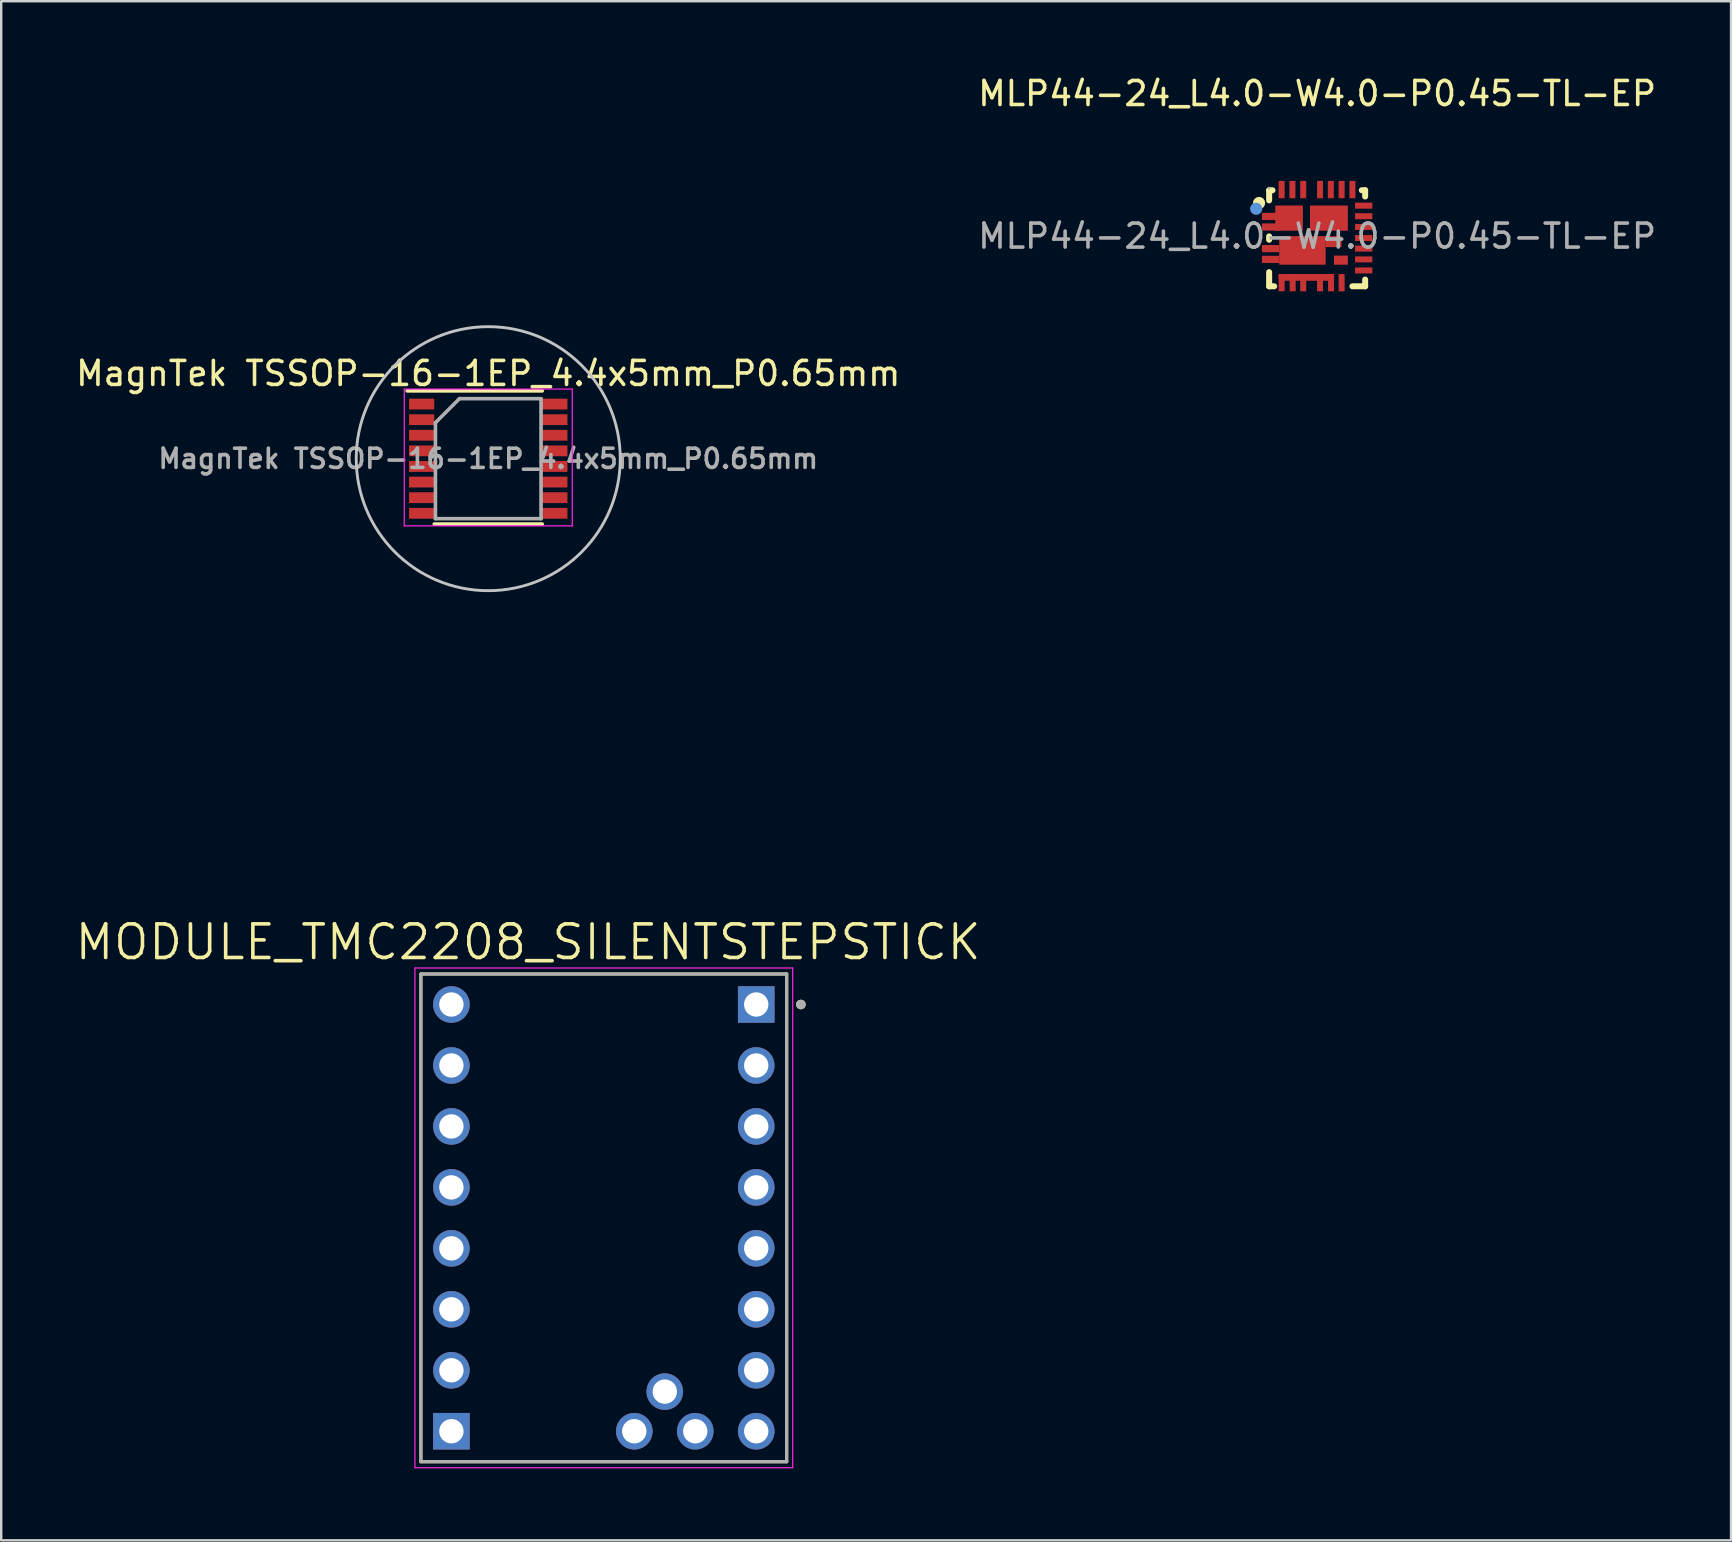
<source format=kicad_pcb>
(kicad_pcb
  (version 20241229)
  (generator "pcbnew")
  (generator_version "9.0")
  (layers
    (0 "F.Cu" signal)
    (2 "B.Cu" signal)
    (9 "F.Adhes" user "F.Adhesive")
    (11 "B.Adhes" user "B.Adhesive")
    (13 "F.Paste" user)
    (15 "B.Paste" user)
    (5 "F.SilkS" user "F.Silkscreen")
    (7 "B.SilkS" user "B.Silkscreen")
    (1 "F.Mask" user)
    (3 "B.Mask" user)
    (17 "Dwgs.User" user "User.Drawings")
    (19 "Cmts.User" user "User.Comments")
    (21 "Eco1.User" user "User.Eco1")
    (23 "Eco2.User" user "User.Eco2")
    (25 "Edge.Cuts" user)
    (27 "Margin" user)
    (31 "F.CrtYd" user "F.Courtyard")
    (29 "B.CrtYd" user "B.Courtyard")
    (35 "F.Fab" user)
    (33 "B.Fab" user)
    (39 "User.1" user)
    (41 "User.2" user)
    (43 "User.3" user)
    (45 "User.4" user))
  (footprint "MODULE_TMC2208_SILENTSTEPSTICK"
    (layer "F.Cu")
    (at 22.107 47.691)
    (property "Reference" "MODULE_TMC2208_SILENTSTEPSTICK" (at -3.155 -11.489 0) (layer "F.SilkS") (effects (font (size 1.4 1.4) (thickness 0.15))))
    (attr through_hole)
    (fp_line (start -7.62 -10.16) (end -7.62 10.16) (stroke (width 0.127) (type solid)) (layer "F.SilkS"))
    (fp_line (start -7.62 10.16) (end 7.62 10.16) (stroke (width 0.127) (type solid)) (layer "F.SilkS"))
    (fp_line (start 7.62 -10.16) (end -7.62 -10.16) (stroke (width 0.127) (type solid)) (layer "F.SilkS"))
    (fp_line (start 7.62 10.16) (end 7.62 -10.16) (stroke (width 0.127) (type solid)) (layer "F.SilkS"))
    (fp_circle (center 8.21 -8.89) (end 8.31 -8.89) (stroke (width 0.2) (type solid)) (fill no) (layer "F.SilkS"))
    (fp_line (start -7.87 -10.41) (end -7.87 10.41) (stroke (width 0.05) (type solid)) (layer "F.CrtYd"))
    (fp_line (start -7.87 -10.41) (end 7.87 -10.41) (stroke (width 0.05) (type solid)) (layer "F.CrtYd"))
    (fp_line (start -7.87 10.41) (end 7.87 10.41) (stroke (width 0.05) (type solid)) (layer "F.CrtYd"))
    (fp_line (start 7.87 -10.41) (end 7.87 10.41) (stroke (width 0.05) (type solid)) (layer "F.CrtYd"))
    (fp_line (start -7.62 -10.16) (end -7.62 10.16) (stroke (width 0.127) (type solid)) (layer "F.Fab"))
    (fp_line (start -7.62 10.16) (end 7.62 10.16) (stroke (width 0.127) (type solid)) (layer "F.Fab"))
    (fp_line (start 7.62 -10.16) (end -7.62 -10.16) (stroke (width 0.127) (type solid)) (layer "F.Fab"))
    (fp_line (start 7.62 10.16) (end 7.62 -10.16) (stroke (width 0.127) (type solid)) (layer "F.Fab"))
    (fp_circle (center 8.21 -8.89) (end 8.31 -8.89) (stroke (width 0.2) (type solid)) (fill no) (layer "F.Fab"))
    (pad "JP1_1" thru_hole rect (at 6.35 -8.89) (size 1.524 1.524) (drill 1.016) (layers "*.Cu" "*.Mask"))
    (pad "JP1_2" thru_hole circle (at 6.35 -6.35) (size 1.524 1.524) (drill 1.016) (layers "*.Cu" "*.Mask"))
    (pad "JP1_3" thru_hole circle (at 6.35 -3.81) (size 1.524 1.524) (drill 1.016) (layers "*.Cu" "*.Mask"))
    (pad "JP1_4" thru_hole circle (at 6.35 -1.27) (size 1.524 1.524) (drill 1.016) (layers "*.Cu" "*.Mask"))
    (pad "JP1_5" thru_hole circle (at 6.35 1.27) (size 1.524 1.524) (drill 1.016) (layers "*.Cu" "*.Mask"))
    (pad "JP1_6" thru_hole circle (at 6.35 3.81) (size 1.524 1.524) (drill 1.016) (layers "*.Cu" "*.Mask"))
    (pad "JP1_7" thru_hole circle (at 6.35 6.35) (size 1.524 1.524) (drill 1.016) (layers "*.Cu" "*.Mask"))
    (pad "JP1_8" thru_hole circle (at 6.35 8.89) (size 1.524 1.524) (drill 1.016) (layers "*.Cu" "*.Mask"))
    (pad "JP2_1" thru_hole rect (at -6.35 8.89) (size 1.524 1.524) (drill 1.016) (layers "*.Cu" "*.Mask"))
    (pad "JP2_2" thru_hole circle (at -6.35 6.35) (size 1.524 1.524) (drill 1.016) (layers "*.Cu" "*.Mask"))
    (pad "JP2_3" thru_hole circle (at -6.35 3.81) (size 1.524 1.524) (drill 1.016) (layers "*.Cu" "*.Mask"))
    (pad "JP2_4" thru_hole circle (at -6.35 1.27) (size 1.524 1.524) (drill 1.016) (layers "*.Cu" "*.Mask"))
    (pad "JP2_5" thru_hole circle (at -6.35 -1.27) (size 1.524 1.524) (drill 1.016) (layers "*.Cu" "*.Mask"))
    (pad "JP2_6" thru_hole circle (at -6.35 -3.81) (size 1.524 1.524) (drill 1.016) (layers "*.Cu" "*.Mask"))
    (pad "JP2_7" thru_hole circle (at -6.35 -6.35) (size 1.524 1.524) (drill 1.016) (layers "*.Cu" "*.Mask"))
    (pad "JP2_8" thru_hole circle (at -6.35 -8.89) (size 1.524 1.524) (drill 1.016) (layers "*.Cu" "*.Mask"))
    (pad "JP3_1" thru_hole circle (at 1.27 8.89) (size 1.524 1.524) (drill 1.016) (layers "*.Cu" "*.Mask"))
    (pad "JP3_2" thru_hole circle (at 3.81 8.89) (size 1.524 1.524) (drill 1.016) (layers "*.Cu" "*.Mask"))
    (pad "VREF" thru_hole circle (at 2.54 7.239) (size 1.524 1.524) (drill 1.016) (layers "*.Cu" "*.Mask")))
  (footprint "MagnTek TSSOP-16-1EP_4.4x5mm_P0.65mm"
    (layer "F.Cu")
    (at 17.292 16.06)
    (property "Reference" "MagnTek TSSOP-16-1EP_4.4x5mm_P0.65mm" (at 0 -3.55 0) (layer "F.SilkS") (effects (font (size 1 1) (thickness 0.15))))
    (attr smd)
    (fp_line (start -3.375 -2.825) (end 2.25 -2.825) (stroke (width 0.15) (type solid)) (layer "F.SilkS"))
    (fp_line (start -2.25 2.725) (end 2.25 2.725) (stroke (width 0.15) (type solid)) (layer "F.SilkS"))
    (fp_circle (center 0 0) (end 5.5 0) (stroke (width 0.12) (type solid)) (fill no) (layer "Dwgs.User"))
    (fp_line (start -3.5 -2.9) (end -3.5 2.8) (stroke (width 0.05) (type solid)) (layer "F.CrtYd"))
    (fp_line (start -3.5 -2.9) (end 3.5 -2.9) (stroke (width 0.05) (type solid)) (layer "F.CrtYd"))
    (fp_line (start -3.5 2.8) (end 3.5 2.8) (stroke (width 0.05) (type solid)) (layer "F.CrtYd"))
    (fp_line (start 3.5 -2.9) (end 3.5 2.8) (stroke (width 0.05) (type solid)) (layer "F.CrtYd"))
    (fp_line (start -2.2 -1.5) (end -1.2 -2.5) (stroke (width 0.15) (type solid)) (layer "F.Fab"))
    (fp_line (start -2.2 2.5) (end -2.2 -1.5) (stroke (width 0.15) (type solid)) (layer "F.Fab"))
    (fp_line (start -1.2 -2.5) (end 2.2 -2.5) (stroke (width 0.15) (type solid)) (layer "F.Fab"))
    (fp_line (start 2.2 -2.5) (end 2.2 2.5) (stroke (width 0.15) (type solid)) (layer "F.Fab"))
    (fp_line (start 2.2 2.5) (end -2.2 2.5) (stroke (width 0.15) (type solid)) (layer "F.Fab"))
    (fp_circle (center 0 0) (end 16 0) (stroke (width 0.12) (type solid)) (fill no) (layer "User.1"))
    (fp_text user "${REFERENCE}" (at 0 0 0) (layer "F.Fab") (effects (font (size 0.8 0.8) (thickness 0.15))))
    (pad "1" smd rect (at -2.775 -2.275) (size 1.05 0.45) (layers "F.Cu" "F.Mask" "F.Paste"))
    (pad "2" smd rect (at -2.775 -1.625) (size 1.05 0.45) (layers "F.Cu" "F.Mask" "F.Paste"))
    (pad "3" smd rect (at -2.775 -0.975) (size 1.05 0.45) (layers "F.Cu" "F.Mask" "F.Paste"))
    (pad "4" smd rect (at -2.775 -0.325) (size 1.05 0.45) (layers "F.Cu" "F.Mask" "F.Paste"))
    (pad "5" smd rect (at -2.775 0.325) (size 1.05 0.45) (layers "F.Cu" "F.Mask" "F.Paste"))
    (pad "6" smd rect (at -2.775 0.975) (size 1.05 0.45) (layers "F.Cu" "F.Mask" "F.Paste"))
    (pad "7" smd rect (at -2.775 1.625) (size 1.05 0.45) (layers "F.Cu" "F.Mask" "F.Paste"))
    (pad "8" smd rect (at -2.775 2.275) (size 1.05 0.45) (layers "F.Cu" "F.Mask" "F.Paste"))
    (pad "9" smd rect (at 2.775 2.275) (size 1.05 0.45) (layers "F.Cu" "F.Mask" "F.Paste"))
    (pad "10" smd rect (at 2.775 1.625) (size 1.05 0.45) (layers "F.Cu" "F.Mask" "F.Paste"))
    (pad "11" smd rect (at 2.775 0.975) (size 1.05 0.45) (layers "F.Cu" "F.Mask" "F.Paste"))
    (pad "12" smd rect (at 2.775 0.325) (size 1.05 0.45) (layers "F.Cu" "F.Mask" "F.Paste"))
    (pad "13" smd rect (at 2.775 -0.325) (size 1.05 0.45) (layers "F.Cu" "F.Mask" "F.Paste"))
    (pad "14" smd rect (at 2.775 -0.975) (size 1.05 0.45) (layers "F.Cu" "F.Mask" "F.Paste"))
    (pad "15" smd rect (at 2.775 -1.625) (size 1.05 0.45) (layers "F.Cu" "F.Mask" "F.Paste"))
    (pad "16" smd rect (at 2.775 -2.275) (size 1.05 0.45) (layers "F.Cu" "F.Mask" "F.Paste")))
  (footprint "MLP44-24_L4.0-W4.0-P0.45-TL-EP"
    (layer "F.Cu")
    (at 51.827 6.788)
    (property "Reference" "MLP44-24_L4.0-W4.0-P0.45-TL-EP" (at 0 -5.94 0) (layer "F.SilkS") (effects (font (size 1 1) (thickness 0.15))))
    (attr smd)
    (fp_poly (pts (xy 0.356 0) (xy 1.016 0) (xy 1.016 0.457) (xy 0.356 0.457)) (stroke (width 0) (type solid)) (fill yes) (layer "F.Cu"))
    (fp_poly (pts (xy -1.605 1.58) (xy 0.705 1.58) (xy 0.705 1.745) (xy 0.59 1.86) (xy -1.49 1.86) (xy -1.605 1.745)) (stroke (width 0) (type solid)) (fill yes) (layer "F.Cu"))
    (fp_line (start -2 -1.91) (end -1.86 -1.91) (stroke (width 0.25) (type solid)) (layer "F.SilkS"))
    (fp_line (start -2 -1.49) (end -2 -1.91) (stroke (width 0.25) (type solid)) (layer "F.SilkS"))
    (fp_line (start -2 0.15) (end -2 0.01) (stroke (width 0.25) (type solid)) (layer "F.SilkS"))
    (fp_line (start -2 2.09) (end -2 1.5) (stroke (width 0.25) (type solid)) (layer "F.SilkS"))
    (fp_line (start -1.79 2.09) (end -2 2.09) (stroke (width 0.25) (type solid)) (layer "F.SilkS"))
    (fp_line (start 1.86 -1.91) (end 2 -1.91) (stroke (width 0.25) (type solid)) (layer "F.SilkS"))
    (fp_line (start 2 -1.91) (end 2 -1.65) (stroke (width 0.25) (type solid)) (layer "F.SilkS"))
    (fp_line (start 2 1.81) (end 2 2.09) (stroke (width 0.25) (type solid)) (layer "F.SilkS"))
    (fp_line (start 2 2.09) (end 1.47 2.09) (stroke (width 0.25) (type solid)) (layer "F.SilkS"))
    (fp_circle (center -2.42 -1.38) (end -2.29 -1.38) (stroke (width 0.25) (type solid)) (fill no) (layer "F.SilkS"))
    (fp_circle (center -2.54 -1.14) (end -2.41 -1.14) (stroke (width 0.25) (type solid)) (fill no) (layer "Cmts.User"))
    (fp_circle (center -2 -2) (end -1.97 -2) (stroke (width 0.06) (type solid)) (fill no) (layer "F.Fab"))
    (fp_text user "${REFERENCE}" (at 0 0 0) (layer "F.Fab") (effects (font (size 1 1) (thickness 0.15))))
    (pad "1" smd rect (at -1.94 -0.82 90) (size 0.3 0.72) (layers "F.Cu" "F.Mask" "F.Paste"))
    (pad "2" smd rect (at -1.94 -0.38 90) (size 0.3 0.72) (layers "F.Cu" "F.Mask" "F.Paste"))
    (pad "3" smd rect (at -1.94 0.52 90) (size 0.3 0.72) (layers "F.Cu" "F.Mask" "F.Paste"))
    (pad "4" smd rect (at -1.94 0.97 90) (size 0.3 0.72) (layers "F.Cu" "F.Mask" "F.Paste"))
    (pad "5" smd rect (at -1.48 1.94 180) (size 0.25 0.72) (layers "F.Cu" "F.Mask" "F.Paste"))
    (pad "6" smd rect (at -1.02 1.94 180) (size 0.25 0.72) (layers "F.Cu" "F.Mask" "F.Paste"))
    (pad "7" smd rect (at -0.58 1.94 180) (size 0.25 0.72) (layers "F.Cu" "F.Mask" "F.Paste"))
    (pad "8" smd rect (at 0.12 1.94 180) (size 0.25 0.72) (layers "F.Cu" "F.Mask" "F.Paste"))
    (pad "9" smd rect (at 0.58 1.94 180) (size 0.25 0.72) (layers "F.Cu" "F.Mask" "F.Paste"))
    (pad "10" smd rect (at 1.02 1.94 180) (size 0.25 0.72) (layers "F.Cu" "F.Mask" "F.Paste"))
    (pad "11" smd rect (at 1.94 1.43 90) (size 0.25 0.72) (layers "F.Cu" "F.Mask" "F.Paste"))
    (pad "12" smd rect (at 1.94 0.97 90) (size 0.25 0.72) (layers "F.Cu" "F.Mask" "F.Paste"))
    (pad "13" smd rect (at 1.94 0.52 90) (size 0.25 0.72) (layers "F.Cu" "F.Mask" "F.Paste"))
    (pad "14" smd rect (at 1.94 0.08 90) (size 0.25 0.72) (layers "F.Cu" "F.Mask" "F.Paste"))
    (pad "15" smd rect (at 1.94 -0.38 90) (size 0.25 0.72) (layers "F.Cu" "F.Mask" "F.Paste"))
    (pad "16" smd rect (at 1.94 -0.83 90) (size 0.25 0.72) (layers "F.Cu" "F.Mask" "F.Paste"))
    (pad "17" smd rect (at 1.94 -1.27 90) (size 0.25 0.72) (layers "F.Cu" "F.Mask" "F.Paste"))
    (pad "18" smd rect (at 1.47 -1.94 180) (size 0.25 0.72) (layers "F.Cu" "F.Mask" "F.Paste"))
    (pad "19" smd rect (at 1.02 -1.94 180) (size 0.25 0.72) (layers "F.Cu" "F.Mask" "F.Paste"))
    (pad "20" smd rect (at 0.57 -1.94 180) (size 0.25 0.72) (layers "F.Cu" "F.Mask" "F.Paste"))
    (pad "21" smd rect (at 0.12 -1.94 180) (size 0.25 0.72) (layers "F.Cu" "F.Mask" "F.Paste"))
    (pad "22" smd rect (at -0.58 -1.94 180) (size 0.25 0.72) (layers "F.Cu" "F.Mask" "F.Paste"))
    (pad "23" smd rect (at -1.03 -1.94 180) (size 0.25 0.72) (layers "F.Cu" "F.Mask" "F.Paste"))
    (pad "24" smd rect (at -1.48 -1.94 180) (size 0.25 0.72) (layers "F.Cu" "F.Mask" "F.Paste"))
    (pad "25" smd rect (at 0.49 -0.75 270) (size 1.05 1.58) (layers "F.Cu" "F.Mask" "F.Paste"))
    (pad "26" smd rect (at -1.17 -0.75 270) (size 1.05 1.15) (layers "F.Cu" "F.Mask" "F.Paste"))
    (pad "27" smd rect (at -0.612 0.595) (size 1.936 1.19) (layers "F.Cu" "F.Mask" "F.Paste"))
    (pad "28" smd rect (at 0.99 1) (size 0.58 0.38) (layers "F.Cu" "F.Mask" "F.Paste")))
  (gr_rect
    (start -3 -3)
    (end 69.071 61.126)
    (stroke (width 0.1) (type default))
    (fill no)
    (layer "Edge.Cuts")))
</source>
